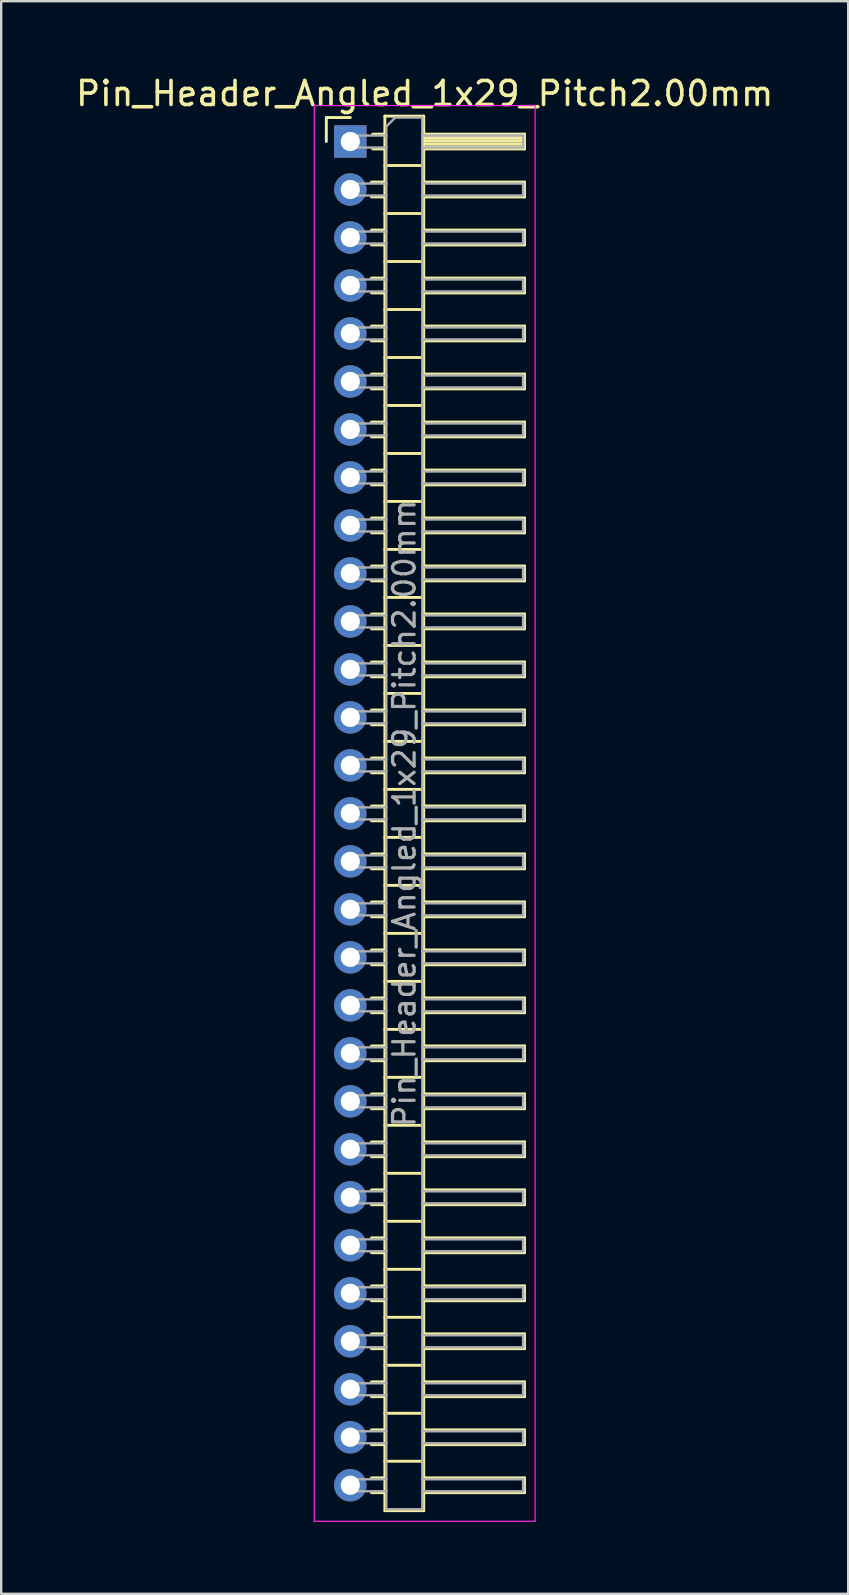
<source format=kicad_pcb>
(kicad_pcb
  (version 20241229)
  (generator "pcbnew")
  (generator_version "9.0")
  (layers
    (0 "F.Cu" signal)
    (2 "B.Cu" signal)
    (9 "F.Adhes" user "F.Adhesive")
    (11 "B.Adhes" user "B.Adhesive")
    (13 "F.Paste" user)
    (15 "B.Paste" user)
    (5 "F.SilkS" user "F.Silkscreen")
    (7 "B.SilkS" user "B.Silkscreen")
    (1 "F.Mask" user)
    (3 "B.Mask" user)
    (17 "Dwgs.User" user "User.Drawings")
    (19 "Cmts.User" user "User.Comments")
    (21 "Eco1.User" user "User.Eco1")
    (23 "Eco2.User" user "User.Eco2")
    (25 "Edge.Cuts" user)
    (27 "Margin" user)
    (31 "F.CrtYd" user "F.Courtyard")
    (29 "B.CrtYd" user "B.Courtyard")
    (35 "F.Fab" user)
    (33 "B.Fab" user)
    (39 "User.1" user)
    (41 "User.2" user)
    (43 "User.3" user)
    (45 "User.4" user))
  (footprint "Pin_Header_Angled_1x29_Pitch2.00mm"
    (layer "F.Cu")
    (at 11.549 2.848)
    (property "Reference" "Pin_Header_Angled_1x29_Pitch2.00mm" (at 3.1 -2 0) (layer "F.SilkS") (effects (font (size 1 1) (thickness 0.15))))
    (attr through_hole)
    (fp_line (start -1 -1) (end 0 -1) (stroke (width 0.12) (type solid)) (layer "F.SilkS"))
    (fp_line (start -1 0) (end -1 -1) (stroke (width 0.12) (type solid)) (layer "F.SilkS"))
    (fp_line (start 0.882 1.69) (end 1.44 1.69) (stroke (width 0.12) (type solid)) (layer "F.SilkS"))
    (fp_line (start 0.882 2.31) (end 1.44 2.31) (stroke (width 0.12) (type solid)) (layer "F.SilkS"))
    (fp_line (start 0.882 3.69) (end 1.44 3.69) (stroke (width 0.12) (type solid)) (layer "F.SilkS"))
    (fp_line (start 0.882 4.31) (end 1.44 4.31) (stroke (width 0.12) (type solid)) (layer "F.SilkS"))
    (fp_line (start 0.882 5.69) (end 1.44 5.69) (stroke (width 0.12) (type solid)) (layer "F.SilkS"))
    (fp_line (start 0.882 6.31) (end 1.44 6.31) (stroke (width 0.12) (type solid)) (layer "F.SilkS"))
    (fp_line (start 0.882 7.69) (end 1.44 7.69) (stroke (width 0.12) (type solid)) (layer "F.SilkS"))
    (fp_line (start 0.882 8.31) (end 1.44 8.31) (stroke (width 0.12) (type solid)) (layer "F.SilkS"))
    (fp_line (start 0.882 9.69) (end 1.44 9.69) (stroke (width 0.12) (type solid)) (layer "F.SilkS"))
    (fp_line (start 0.882 10.31) (end 1.44 10.31) (stroke (width 0.12) (type solid)) (layer "F.SilkS"))
    (fp_line (start 0.882 11.69) (end 1.44 11.69) (stroke (width 0.12) (type solid)) (layer "F.SilkS"))
    (fp_line (start 0.882 12.31) (end 1.44 12.31) (stroke (width 0.12) (type solid)) (layer "F.SilkS"))
    (fp_line (start 0.882 13.69) (end 1.44 13.69) (stroke (width 0.12) (type solid)) (layer "F.SilkS"))
    (fp_line (start 0.882 14.31) (end 1.44 14.31) (stroke (width 0.12) (type solid)) (layer "F.SilkS"))
    (fp_line (start 0.882 15.69) (end 1.44 15.69) (stroke (width 0.12) (type solid)) (layer "F.SilkS"))
    (fp_line (start 0.882 16.31) (end 1.44 16.31) (stroke (width 0.12) (type solid)) (layer "F.SilkS"))
    (fp_line (start 0.882 17.69) (end 1.44 17.69) (stroke (width 0.12) (type solid)) (layer "F.SilkS"))
    (fp_line (start 0.882 18.31) (end 1.44 18.31) (stroke (width 0.12) (type solid)) (layer "F.SilkS"))
    (fp_line (start 0.882 19.69) (end 1.44 19.69) (stroke (width 0.12) (type solid)) (layer "F.SilkS"))
    (fp_line (start 0.882 20.31) (end 1.44 20.31) (stroke (width 0.12) (type solid)) (layer "F.SilkS"))
    (fp_line (start 0.882 21.69) (end 1.44 21.69) (stroke (width 0.12) (type solid)) (layer "F.SilkS"))
    (fp_line (start 0.882 22.31) (end 1.44 22.31) (stroke (width 0.12) (type solid)) (layer "F.SilkS"))
    (fp_line (start 0.882 23.69) (end 1.44 23.69) (stroke (width 0.12) (type solid)) (layer "F.SilkS"))
    (fp_line (start 0.882 24.31) (end 1.44 24.31) (stroke (width 0.12) (type solid)) (layer "F.SilkS"))
    (fp_line (start 0.882 25.69) (end 1.44 25.69) (stroke (width 0.12) (type solid)) (layer "F.SilkS"))
    (fp_line (start 0.882 26.31) (end 1.44 26.31) (stroke (width 0.12) (type solid)) (layer "F.SilkS"))
    (fp_line (start 0.882 27.69) (end 1.44 27.69) (stroke (width 0.12) (type solid)) (layer "F.SilkS"))
    (fp_line (start 0.882 28.31) (end 1.44 28.31) (stroke (width 0.12) (type solid)) (layer "F.SilkS"))
    (fp_line (start 0.882 29.69) (end 1.44 29.69) (stroke (width 0.12) (type solid)) (layer "F.SilkS"))
    (fp_line (start 0.882 30.31) (end 1.44 30.31) (stroke (width 0.12) (type solid)) (layer "F.SilkS"))
    (fp_line (start 0.882 31.69) (end 1.44 31.69) (stroke (width 0.12) (type solid)) (layer "F.SilkS"))
    (fp_line (start 0.882 32.31) (end 1.44 32.31) (stroke (width 0.12) (type solid)) (layer "F.SilkS"))
    (fp_line (start 0.882 33.69) (end 1.44 33.69) (stroke (width 0.12) (type solid)) (layer "F.SilkS"))
    (fp_line (start 0.882 34.31) (end 1.44 34.31) (stroke (width 0.12) (type solid)) (layer "F.SilkS"))
    (fp_line (start 0.882 35.69) (end 1.44 35.69) (stroke (width 0.12) (type solid)) (layer "F.SilkS"))
    (fp_line (start 0.882 36.31) (end 1.44 36.31) (stroke (width 0.12) (type solid)) (layer "F.SilkS"))
    (fp_line (start 0.882 37.69) (end 1.44 37.69) (stroke (width 0.12) (type solid)) (layer "F.SilkS"))
    (fp_line (start 0.882 38.31) (end 1.44 38.31) (stroke (width 0.12) (type solid)) (layer "F.SilkS"))
    (fp_line (start 0.882 39.69) (end 1.44 39.69) (stroke (width 0.12) (type solid)) (layer "F.SilkS"))
    (fp_line (start 0.882 40.31) (end 1.44 40.31) (stroke (width 0.12) (type solid)) (layer "F.SilkS"))
    (fp_line (start 0.882 41.69) (end 1.44 41.69) (stroke (width 0.12) (type solid)) (layer "F.SilkS"))
    (fp_line (start 0.882 42.31) (end 1.44 42.31) (stroke (width 0.12) (type solid)) (layer "F.SilkS"))
    (fp_line (start 0.882 43.69) (end 1.44 43.69) (stroke (width 0.12) (type solid)) (layer "F.SilkS"))
    (fp_line (start 0.882 44.31) (end 1.44 44.31) (stroke (width 0.12) (type solid)) (layer "F.SilkS"))
    (fp_line (start 0.882 45.69) (end 1.44 45.69) (stroke (width 0.12) (type solid)) (layer "F.SilkS"))
    (fp_line (start 0.882 46.31) (end 1.44 46.31) (stroke (width 0.12) (type solid)) (layer "F.SilkS"))
    (fp_line (start 0.882 47.69) (end 1.44 47.69) (stroke (width 0.12) (type solid)) (layer "F.SilkS"))
    (fp_line (start 0.882 48.31) (end 1.44 48.31) (stroke (width 0.12) (type solid)) (layer "F.SilkS"))
    (fp_line (start 0.882 49.69) (end 1.44 49.69) (stroke (width 0.12) (type solid)) (layer "F.SilkS"))
    (fp_line (start 0.882 50.31) (end 1.44 50.31) (stroke (width 0.12) (type solid)) (layer "F.SilkS"))
    (fp_line (start 0.882 51.69) (end 1.44 51.69) (stroke (width 0.12) (type solid)) (layer "F.SilkS"))
    (fp_line (start 0.882 52.31) (end 1.44 52.31) (stroke (width 0.12) (type solid)) (layer "F.SilkS"))
    (fp_line (start 0.882 53.69) (end 1.44 53.69) (stroke (width 0.12) (type solid)) (layer "F.SilkS"))
    (fp_line (start 0.882 54.31) (end 1.44 54.31) (stroke (width 0.12) (type solid)) (layer "F.SilkS"))
    (fp_line (start 0.882 55.69) (end 1.44 55.69) (stroke (width 0.12) (type solid)) (layer "F.SilkS"))
    (fp_line (start 0.882 56.31) (end 1.44 56.31) (stroke (width 0.12) (type solid)) (layer "F.SilkS"))
    (fp_line (start 0.935 -0.31) (end 1.44 -0.31) (stroke (width 0.12) (type solid)) (layer "F.SilkS"))
    (fp_line (start 0.935 0.31) (end 1.44 0.31) (stroke (width 0.12) (type solid)) (layer "F.SilkS"))
    (fp_line (start 1.44 -1.06) (end 1.44 57.06) (stroke (width 0.12) (type solid)) (layer "F.SilkS"))
    (fp_line (start 1.44 1) (end 3.06 1) (stroke (width 0.12) (type solid)) (layer "F.SilkS"))
    (fp_line (start 1.44 3) (end 3.06 3) (stroke (width 0.12) (type solid)) (layer "F.SilkS"))
    (fp_line (start 1.44 5) (end 3.06 5) (stroke (width 0.12) (type solid)) (layer "F.SilkS"))
    (fp_line (start 1.44 7) (end 3.06 7) (stroke (width 0.12) (type solid)) (layer "F.SilkS"))
    (fp_line (start 1.44 9) (end 3.06 9) (stroke (width 0.12) (type solid)) (layer "F.SilkS"))
    (fp_line (start 1.44 11) (end 3.06 11) (stroke (width 0.12) (type solid)) (layer "F.SilkS"))
    (fp_line (start 1.44 13) (end 3.06 13) (stroke (width 0.12) (type solid)) (layer "F.SilkS"))
    (fp_line (start 1.44 15) (end 3.06 15) (stroke (width 0.12) (type solid)) (layer "F.SilkS"))
    (fp_line (start 1.44 17) (end 3.06 17) (stroke (width 0.12) (type solid)) (layer "F.SilkS"))
    (fp_line (start 1.44 19) (end 3.06 19) (stroke (width 0.12) (type solid)) (layer "F.SilkS"))
    (fp_line (start 1.44 21) (end 3.06 21) (stroke (width 0.12) (type solid)) (layer "F.SilkS"))
    (fp_line (start 1.44 23) (end 3.06 23) (stroke (width 0.12) (type solid)) (layer "F.SilkS"))
    (fp_line (start 1.44 25) (end 3.06 25) (stroke (width 0.12) (type solid)) (layer "F.SilkS"))
    (fp_line (start 1.44 27) (end 3.06 27) (stroke (width 0.12) (type solid)) (layer "F.SilkS"))
    (fp_line (start 1.44 29) (end 3.06 29) (stroke (width 0.12) (type solid)) (layer "F.SilkS"))
    (fp_line (start 1.44 31) (end 3.06 31) (stroke (width 0.12) (type solid)) (layer "F.SilkS"))
    (fp_line (start 1.44 33) (end 3.06 33) (stroke (width 0.12) (type solid)) (layer "F.SilkS"))
    (fp_line (start 1.44 35) (end 3.06 35) (stroke (width 0.12) (type solid)) (layer "F.SilkS"))
    (fp_line (start 1.44 37) (end 3.06 37) (stroke (width 0.12) (type solid)) (layer "F.SilkS"))
    (fp_line (start 1.44 39) (end 3.06 39) (stroke (width 0.12) (type solid)) (layer "F.SilkS"))
    (fp_line (start 1.44 41) (end 3.06 41) (stroke (width 0.12) (type solid)) (layer "F.SilkS"))
    (fp_line (start 1.44 43) (end 3.06 43) (stroke (width 0.12) (type solid)) (layer "F.SilkS"))
    (fp_line (start 1.44 45) (end 3.06 45) (stroke (width 0.12) (type solid)) (layer "F.SilkS"))
    (fp_line (start 1.44 47) (end 3.06 47) (stroke (width 0.12) (type solid)) (layer "F.SilkS"))
    (fp_line (start 1.44 49) (end 3.06 49) (stroke (width 0.12) (type solid)) (layer "F.SilkS"))
    (fp_line (start 1.44 51) (end 3.06 51) (stroke (width 0.12) (type solid)) (layer "F.SilkS"))
    (fp_line (start 1.44 53) (end 3.06 53) (stroke (width 0.12) (type solid)) (layer "F.SilkS"))
    (fp_line (start 1.44 55) (end 3.06 55) (stroke (width 0.12) (type solid)) (layer "F.SilkS"))
    (fp_line (start 1.44 57.06) (end 3.06 57.06) (stroke (width 0.12) (type solid)) (layer "F.SilkS"))
    (fp_line (start 3.06 -1.06) (end 1.44 -1.06) (stroke (width 0.12) (type solid)) (layer "F.SilkS"))
    (fp_line (start 3.06 -0.31) (end 7.26 -0.31) (stroke (width 0.12) (type solid)) (layer "F.SilkS"))
    (fp_line (start 3.06 -0.25) (end 7.26 -0.25) (stroke (width 0.12) (type solid)) (layer "F.SilkS"))
    (fp_line (start 3.06 -0.13) (end 7.26 -0.13) (stroke (width 0.12) (type solid)) (layer "F.SilkS"))
    (fp_line (start 3.06 -0.01) (end 7.26 -0.01) (stroke (width 0.12) (type solid)) (layer "F.SilkS"))
    (fp_line (start 3.06 0.11) (end 7.26 0.11) (stroke (width 0.12) (type solid)) (layer "F.SilkS"))
    (fp_line (start 3.06 0.23) (end 7.26 0.23) (stroke (width 0.12) (type solid)) (layer "F.SilkS"))
    (fp_line (start 3.06 1.69) (end 7.26 1.69) (stroke (width 0.12) (type solid)) (layer "F.SilkS"))
    (fp_line (start 3.06 3.69) (end 7.26 3.69) (stroke (width 0.12) (type solid)) (layer "F.SilkS"))
    (fp_line (start 3.06 5.69) (end 7.26 5.69) (stroke (width 0.12) (type solid)) (layer "F.SilkS"))
    (fp_line (start 3.06 7.69) (end 7.26 7.69) (stroke (width 0.12) (type solid)) (layer "F.SilkS"))
    (fp_line (start 3.06 9.69) (end 7.26 9.69) (stroke (width 0.12) (type solid)) (layer "F.SilkS"))
    (fp_line (start 3.06 11.69) (end 7.26 11.69) (stroke (width 0.12) (type solid)) (layer "F.SilkS"))
    (fp_line (start 3.06 13.69) (end 7.26 13.69) (stroke (width 0.12) (type solid)) (layer "F.SilkS"))
    (fp_line (start 3.06 15.69) (end 7.26 15.69) (stroke (width 0.12) (type solid)) (layer "F.SilkS"))
    (fp_line (start 3.06 17.69) (end 7.26 17.69) (stroke (width 0.12) (type solid)) (layer "F.SilkS"))
    (fp_line (start 3.06 19.69) (end 7.26 19.69) (stroke (width 0.12) (type solid)) (layer "F.SilkS"))
    (fp_line (start 3.06 21.69) (end 7.26 21.69) (stroke (width 0.12) (type solid)) (layer "F.SilkS"))
    (fp_line (start 3.06 23.69) (end 7.26 23.69) (stroke (width 0.12) (type solid)) (layer "F.SilkS"))
    (fp_line (start 3.06 25.69) (end 7.26 25.69) (stroke (width 0.12) (type solid)) (layer "F.SilkS"))
    (fp_line (start 3.06 27.69) (end 7.26 27.69) (stroke (width 0.12) (type solid)) (layer "F.SilkS"))
    (fp_line (start 3.06 29.69) (end 7.26 29.69) (stroke (width 0.12) (type solid)) (layer "F.SilkS"))
    (fp_line (start 3.06 31.69) (end 7.26 31.69) (stroke (width 0.12) (type solid)) (layer "F.SilkS"))
    (fp_line (start 3.06 33.69) (end 7.26 33.69) (stroke (width 0.12) (type solid)) (layer "F.SilkS"))
    (fp_line (start 3.06 35.69) (end 7.26 35.69) (stroke (width 0.12) (type solid)) (layer "F.SilkS"))
    (fp_line (start 3.06 37.69) (end 7.26 37.69) (stroke (width 0.12) (type solid)) (layer "F.SilkS"))
    (fp_line (start 3.06 39.69) (end 7.26 39.69) (stroke (width 0.12) (type solid)) (layer "F.SilkS"))
    (fp_line (start 3.06 41.69) (end 7.26 41.69) (stroke (width 0.12) (type solid)) (layer "F.SilkS"))
    (fp_line (start 3.06 43.69) (end 7.26 43.69) (stroke (width 0.12) (type solid)) (layer "F.SilkS"))
    (fp_line (start 3.06 45.69) (end 7.26 45.69) (stroke (width 0.12) (type solid)) (layer "F.SilkS"))
    (fp_line (start 3.06 47.69) (end 7.26 47.69) (stroke (width 0.12) (type solid)) (layer "F.SilkS"))
    (fp_line (start 3.06 49.69) (end 7.26 49.69) (stroke (width 0.12) (type solid)) (layer "F.SilkS"))
    (fp_line (start 3.06 51.69) (end 7.26 51.69) (stroke (width 0.12) (type solid)) (layer "F.SilkS"))
    (fp_line (start 3.06 53.69) (end 7.26 53.69) (stroke (width 0.12) (type solid)) (layer "F.SilkS"))
    (fp_line (start 3.06 55.69) (end 7.26 55.69) (stroke (width 0.12) (type solid)) (layer "F.SilkS"))
    (fp_line (start 3.06 57.06) (end 3.06 -1.06) (stroke (width 0.12) (type solid)) (layer "F.SilkS"))
    (fp_line (start 7.26 -0.31) (end 7.26 0.31) (stroke (width 0.12) (type solid)) (layer "F.SilkS"))
    (fp_line (start 7.26 0.31) (end 3.06 0.31) (stroke (width 0.12) (type solid)) (layer "F.SilkS"))
    (fp_line (start 7.26 1.69) (end 7.26 2.31) (stroke (width 0.12) (type solid)) (layer "F.SilkS"))
    (fp_line (start 7.26 2.31) (end 3.06 2.31) (stroke (width 0.12) (type solid)) (layer "F.SilkS"))
    (fp_line (start 7.26 3.69) (end 7.26 4.31) (stroke (width 0.12) (type solid)) (layer "F.SilkS"))
    (fp_line (start 7.26 4.31) (end 3.06 4.31) (stroke (width 0.12) (type solid)) (layer "F.SilkS"))
    (fp_line (start 7.26 5.69) (end 7.26 6.31) (stroke (width 0.12) (type solid)) (layer "F.SilkS"))
    (fp_line (start 7.26 6.31) (end 3.06 6.31) (stroke (width 0.12) (type solid)) (layer "F.SilkS"))
    (fp_line (start 7.26 7.69) (end 7.26 8.31) (stroke (width 0.12) (type solid)) (layer "F.SilkS"))
    (fp_line (start 7.26 8.31) (end 3.06 8.31) (stroke (width 0.12) (type solid)) (layer "F.SilkS"))
    (fp_line (start 7.26 9.69) (end 7.26 10.31) (stroke (width 0.12) (type solid)) (layer "F.SilkS"))
    (fp_line (start 7.26 10.31) (end 3.06 10.31) (stroke (width 0.12) (type solid)) (layer "F.SilkS"))
    (fp_line (start 7.26 11.69) (end 7.26 12.31) (stroke (width 0.12) (type solid)) (layer "F.SilkS"))
    (fp_line (start 7.26 12.31) (end 3.06 12.31) (stroke (width 0.12) (type solid)) (layer "F.SilkS"))
    (fp_line (start 7.26 13.69) (end 7.26 14.31) (stroke (width 0.12) (type solid)) (layer "F.SilkS"))
    (fp_line (start 7.26 14.31) (end 3.06 14.31) (stroke (width 0.12) (type solid)) (layer "F.SilkS"))
    (fp_line (start 7.26 15.69) (end 7.26 16.31) (stroke (width 0.12) (type solid)) (layer "F.SilkS"))
    (fp_line (start 7.26 16.31) (end 3.06 16.31) (stroke (width 0.12) (type solid)) (layer "F.SilkS"))
    (fp_line (start 7.26 17.69) (end 7.26 18.31) (stroke (width 0.12) (type solid)) (layer "F.SilkS"))
    (fp_line (start 7.26 18.31) (end 3.06 18.31) (stroke (width 0.12) (type solid)) (layer "F.SilkS"))
    (fp_line (start 7.26 19.69) (end 7.26 20.31) (stroke (width 0.12) (type solid)) (layer "F.SilkS"))
    (fp_line (start 7.26 20.31) (end 3.06 20.31) (stroke (width 0.12) (type solid)) (layer "F.SilkS"))
    (fp_line (start 7.26 21.69) (end 7.26 22.31) (stroke (width 0.12) (type solid)) (layer "F.SilkS"))
    (fp_line (start 7.26 22.31) (end 3.06 22.31) (stroke (width 0.12) (type solid)) (layer "F.SilkS"))
    (fp_line (start 7.26 23.69) (end 7.26 24.31) (stroke (width 0.12) (type solid)) (layer "F.SilkS"))
    (fp_line (start 7.26 24.31) (end 3.06 24.31) (stroke (width 0.12) (type solid)) (layer "F.SilkS"))
    (fp_line (start 7.26 25.69) (end 7.26 26.31) (stroke (width 0.12) (type solid)) (layer "F.SilkS"))
    (fp_line (start 7.26 26.31) (end 3.06 26.31) (stroke (width 0.12) (type solid)) (layer "F.SilkS"))
    (fp_line (start 7.26 27.69) (end 7.26 28.31) (stroke (width 0.12) (type solid)) (layer "F.SilkS"))
    (fp_line (start 7.26 28.31) (end 3.06 28.31) (stroke (width 0.12) (type solid)) (layer "F.SilkS"))
    (fp_line (start 7.26 29.69) (end 7.26 30.31) (stroke (width 0.12) (type solid)) (layer "F.SilkS"))
    (fp_line (start 7.26 30.31) (end 3.06 30.31) (stroke (width 0.12) (type solid)) (layer "F.SilkS"))
    (fp_line (start 7.26 31.69) (end 7.26 32.31) (stroke (width 0.12) (type solid)) (layer "F.SilkS"))
    (fp_line (start 7.26 32.31) (end 3.06 32.31) (stroke (width 0.12) (type solid)) (layer "F.SilkS"))
    (fp_line (start 7.26 33.69) (end 7.26 34.31) (stroke (width 0.12) (type solid)) (layer "F.SilkS"))
    (fp_line (start 7.26 34.31) (end 3.06 34.31) (stroke (width 0.12) (type solid)) (layer "F.SilkS"))
    (fp_line (start 7.26 35.69) (end 7.26 36.31) (stroke (width 0.12) (type solid)) (layer "F.SilkS"))
    (fp_line (start 7.26 36.31) (end 3.06 36.31) (stroke (width 0.12) (type solid)) (layer "F.SilkS"))
    (fp_line (start 7.26 37.69) (end 7.26 38.31) (stroke (width 0.12) (type solid)) (layer "F.SilkS"))
    (fp_line (start 7.26 38.31) (end 3.06 38.31) (stroke (width 0.12) (type solid)) (layer "F.SilkS"))
    (fp_line (start 7.26 39.69) (end 7.26 40.31) (stroke (width 0.12) (type solid)) (layer "F.SilkS"))
    (fp_line (start 7.26 40.31) (end 3.06 40.31) (stroke (width 0.12) (type solid)) (layer "F.SilkS"))
    (fp_line (start 7.26 41.69) (end 7.26 42.31) (stroke (width 0.12) (type solid)) (layer "F.SilkS"))
    (fp_line (start 7.26 42.31) (end 3.06 42.31) (stroke (width 0.12) (type solid)) (layer "F.SilkS"))
    (fp_line (start 7.26 43.69) (end 7.26 44.31) (stroke (width 0.12) (type solid)) (layer "F.SilkS"))
    (fp_line (start 7.26 44.31) (end 3.06 44.31) (stroke (width 0.12) (type solid)) (layer "F.SilkS"))
    (fp_line (start 7.26 45.69) (end 7.26 46.31) (stroke (width 0.12) (type solid)) (layer "F.SilkS"))
    (fp_line (start 7.26 46.31) (end 3.06 46.31) (stroke (width 0.12) (type solid)) (layer "F.SilkS"))
    (fp_line (start 7.26 47.69) (end 7.26 48.31) (stroke (width 0.12) (type solid)) (layer "F.SilkS"))
    (fp_line (start 7.26 48.31) (end 3.06 48.31) (stroke (width 0.12) (type solid)) (layer "F.SilkS"))
    (fp_line (start 7.26 49.69) (end 7.26 50.31) (stroke (width 0.12) (type solid)) (layer "F.SilkS"))
    (fp_line (start 7.26 50.31) (end 3.06 50.31) (stroke (width 0.12) (type solid)) (layer "F.SilkS"))
    (fp_line (start 7.26 51.69) (end 7.26 52.31) (stroke (width 0.12) (type solid)) (layer "F.SilkS"))
    (fp_line (start 7.26 52.31) (end 3.06 52.31) (stroke (width 0.12) (type solid)) (layer "F.SilkS"))
    (fp_line (start 7.26 53.69) (end 7.26 54.31) (stroke (width 0.12) (type solid)) (layer "F.SilkS"))
    (fp_line (start 7.26 54.31) (end 3.06 54.31) (stroke (width 0.12) (type solid)) (layer "F.SilkS"))
    (fp_line (start 7.26 55.69) (end 7.26 56.31) (stroke (width 0.12) (type solid)) (layer "F.SilkS"))
    (fp_line (start 7.26 56.31) (end 3.06 56.31) (stroke (width 0.12) (type solid)) (layer "F.SilkS"))
    (fp_line (start -1.5 -1.5) (end -1.5 57.5) (stroke (width 0.05) (type solid)) (layer "F.CrtYd"))
    (fp_line (start -1.5 57.5) (end 7.7 57.5) (stroke (width 0.05) (type solid)) (layer "F.CrtYd"))
    (fp_line (start 7.7 -1.5) (end -1.5 -1.5) (stroke (width 0.05) (type solid)) (layer "F.CrtYd"))
    (fp_line (start 7.7 57.5) (end 7.7 -1.5) (stroke (width 0.05) (type solid)) (layer "F.CrtYd"))
    (fp_line (start -0.25 -0.25) (end -0.25 0.25) (stroke (width 0.1) (type solid)) (layer "F.Fab"))
    (fp_line (start -0.25 -0.25) (end 1.5 -0.25) (stroke (width 0.1) (type solid)) (layer "F.Fab"))
    (fp_line (start -0.25 0.25) (end 1.5 0.25) (stroke (width 0.1) (type solid)) (layer "F.Fab"))
    (fp_line (start -0.25 1.75) (end -0.25 2.25) (stroke (width 0.1) (type solid)) (layer "F.Fab"))
    (fp_line (start -0.25 1.75) (end 1.5 1.75) (stroke (width 0.1) (type solid)) (layer "F.Fab"))
    (fp_line (start -0.25 2.25) (end 1.5 2.25) (stroke (width 0.1) (type solid)) (layer "F.Fab"))
    (fp_line (start -0.25 3.75) (end -0.25 4.25) (stroke (width 0.1) (type solid)) (layer "F.Fab"))
    (fp_line (start -0.25 3.75) (end 1.5 3.75) (stroke (width 0.1) (type solid)) (layer "F.Fab"))
    (fp_line (start -0.25 4.25) (end 1.5 4.25) (stroke (width 0.1) (type solid)) (layer "F.Fab"))
    (fp_line (start -0.25 5.75) (end -0.25 6.25) (stroke (width 0.1) (type solid)) (layer "F.Fab"))
    (fp_line (start -0.25 5.75) (end 1.5 5.75) (stroke (width 0.1) (type solid)) (layer "F.Fab"))
    (fp_line (start -0.25 6.25) (end 1.5 6.25) (stroke (width 0.1) (type solid)) (layer "F.Fab"))
    (fp_line (start -0.25 7.75) (end -0.25 8.25) (stroke (width 0.1) (type solid)) (layer "F.Fab"))
    (fp_line (start -0.25 7.75) (end 1.5 7.75) (stroke (width 0.1) (type solid)) (layer "F.Fab"))
    (fp_line (start -0.25 8.25) (end 1.5 8.25) (stroke (width 0.1) (type solid)) (layer "F.Fab"))
    (fp_line (start -0.25 9.75) (end -0.25 10.25) (stroke (width 0.1) (type solid)) (layer "F.Fab"))
    (fp_line (start -0.25 9.75) (end 1.5 9.75) (stroke (width 0.1) (type solid)) (layer "F.Fab"))
    (fp_line (start -0.25 10.25) (end 1.5 10.25) (stroke (width 0.1) (type solid)) (layer "F.Fab"))
    (fp_line (start -0.25 11.75) (end -0.25 12.25) (stroke (width 0.1) (type solid)) (layer "F.Fab"))
    (fp_line (start -0.25 11.75) (end 1.5 11.75) (stroke (width 0.1) (type solid)) (layer "F.Fab"))
    (fp_line (start -0.25 12.25) (end 1.5 12.25) (stroke (width 0.1) (type solid)) (layer "F.Fab"))
    (fp_line (start -0.25 13.75) (end -0.25 14.25) (stroke (width 0.1) (type solid)) (layer "F.Fab"))
    (fp_line (start -0.25 13.75) (end 1.5 13.75) (stroke (width 0.1) (type solid)) (layer "F.Fab"))
    (fp_line (start -0.25 14.25) (end 1.5 14.25) (stroke (width 0.1) (type solid)) (layer "F.Fab"))
    (fp_line (start -0.25 15.75) (end -0.25 16.25) (stroke (width 0.1) (type solid)) (layer "F.Fab"))
    (fp_line (start -0.25 15.75) (end 1.5 15.75) (stroke (width 0.1) (type solid)) (layer "F.Fab"))
    (fp_line (start -0.25 16.25) (end 1.5 16.25) (stroke (width 0.1) (type solid)) (layer "F.Fab"))
    (fp_line (start -0.25 17.75) (end -0.25 18.25) (stroke (width 0.1) (type solid)) (layer "F.Fab"))
    (fp_line (start -0.25 17.75) (end 1.5 17.75) (stroke (width 0.1) (type solid)) (layer "F.Fab"))
    (fp_line (start -0.25 18.25) (end 1.5 18.25) (stroke (width 0.1) (type solid)) (layer "F.Fab"))
    (fp_line (start -0.25 19.75) (end -0.25 20.25) (stroke (width 0.1) (type solid)) (layer "F.Fab"))
    (fp_line (start -0.25 19.75) (end 1.5 19.75) (stroke (width 0.1) (type solid)) (layer "F.Fab"))
    (fp_line (start -0.25 20.25) (end 1.5 20.25) (stroke (width 0.1) (type solid)) (layer "F.Fab"))
    (fp_line (start -0.25 21.75) (end -0.25 22.25) (stroke (width 0.1) (type solid)) (layer "F.Fab"))
    (fp_line (start -0.25 21.75) (end 1.5 21.75) (stroke (width 0.1) (type solid)) (layer "F.Fab"))
    (fp_line (start -0.25 22.25) (end 1.5 22.25) (stroke (width 0.1) (type solid)) (layer "F.Fab"))
    (fp_line (start -0.25 23.75) (end -0.25 24.25) (stroke (width 0.1) (type solid)) (layer "F.Fab"))
    (fp_line (start -0.25 23.75) (end 1.5 23.75) (stroke (width 0.1) (type solid)) (layer "F.Fab"))
    (fp_line (start -0.25 24.25) (end 1.5 24.25) (stroke (width 0.1) (type solid)) (layer "F.Fab"))
    (fp_line (start -0.25 25.75) (end -0.25 26.25) (stroke (width 0.1) (type solid)) (layer "F.Fab"))
    (fp_line (start -0.25 25.75) (end 1.5 25.75) (stroke (width 0.1) (type solid)) (layer "F.Fab"))
    (fp_line (start -0.25 26.25) (end 1.5 26.25) (stroke (width 0.1) (type solid)) (layer "F.Fab"))
    (fp_line (start -0.25 27.75) (end -0.25 28.25) (stroke (width 0.1) (type solid)) (layer "F.Fab"))
    (fp_line (start -0.25 27.75) (end 1.5 27.75) (stroke (width 0.1) (type solid)) (layer "F.Fab"))
    (fp_line (start -0.25 28.25) (end 1.5 28.25) (stroke (width 0.1) (type solid)) (layer "F.Fab"))
    (fp_line (start -0.25 29.75) (end -0.25 30.25) (stroke (width 0.1) (type solid)) (layer "F.Fab"))
    (fp_line (start -0.25 29.75) (end 1.5 29.75) (stroke (width 0.1) (type solid)) (layer "F.Fab"))
    (fp_line (start -0.25 30.25) (end 1.5 30.25) (stroke (width 0.1) (type solid)) (layer "F.Fab"))
    (fp_line (start -0.25 31.75) (end -0.25 32.25) (stroke (width 0.1) (type solid)) (layer "F.Fab"))
    (fp_line (start -0.25 31.75) (end 1.5 31.75) (stroke (width 0.1) (type solid)) (layer "F.Fab"))
    (fp_line (start -0.25 32.25) (end 1.5 32.25) (stroke (width 0.1) (type solid)) (layer "F.Fab"))
    (fp_line (start -0.25 33.75) (end -0.25 34.25) (stroke (width 0.1) (type solid)) (layer "F.Fab"))
    (fp_line (start -0.25 33.75) (end 1.5 33.75) (stroke (width 0.1) (type solid)) (layer "F.Fab"))
    (fp_line (start -0.25 34.25) (end 1.5 34.25) (stroke (width 0.1) (type solid)) (layer "F.Fab"))
    (fp_line (start -0.25 35.75) (end -0.25 36.25) (stroke (width 0.1) (type solid)) (layer "F.Fab"))
    (fp_line (start -0.25 35.75) (end 1.5 35.75) (stroke (width 0.1) (type solid)) (layer "F.Fab"))
    (fp_line (start -0.25 36.25) (end 1.5 36.25) (stroke (width 0.1) (type solid)) (layer "F.Fab"))
    (fp_line (start -0.25 37.75) (end -0.25 38.25) (stroke (width 0.1) (type solid)) (layer "F.Fab"))
    (fp_line (start -0.25 37.75) (end 1.5 37.75) (stroke (width 0.1) (type solid)) (layer "F.Fab"))
    (fp_line (start -0.25 38.25) (end 1.5 38.25) (stroke (width 0.1) (type solid)) (layer "F.Fab"))
    (fp_line (start -0.25 39.75) (end -0.25 40.25) (stroke (width 0.1) (type solid)) (layer "F.Fab"))
    (fp_line (start -0.25 39.75) (end 1.5 39.75) (stroke (width 0.1) (type solid)) (layer "F.Fab"))
    (fp_line (start -0.25 40.25) (end 1.5 40.25) (stroke (width 0.1) (type solid)) (layer "F.Fab"))
    (fp_line (start -0.25 41.75) (end -0.25 42.25) (stroke (width 0.1) (type solid)) (layer "F.Fab"))
    (fp_line (start -0.25 41.75) (end 1.5 41.75) (stroke (width 0.1) (type solid)) (layer "F.Fab"))
    (fp_line (start -0.25 42.25) (end 1.5 42.25) (stroke (width 0.1) (type solid)) (layer "F.Fab"))
    (fp_line (start -0.25 43.75) (end -0.25 44.25) (stroke (width 0.1) (type solid)) (layer "F.Fab"))
    (fp_line (start -0.25 43.75) (end 1.5 43.75) (stroke (width 0.1) (type solid)) (layer "F.Fab"))
    (fp_line (start -0.25 44.25) (end 1.5 44.25) (stroke (width 0.1) (type solid)) (layer "F.Fab"))
    (fp_line (start -0.25 45.75) (end -0.25 46.25) (stroke (width 0.1) (type solid)) (layer "F.Fab"))
    (fp_line (start -0.25 45.75) (end 1.5 45.75) (stroke (width 0.1) (type solid)) (layer "F.Fab"))
    (fp_line (start -0.25 46.25) (end 1.5 46.25) (stroke (width 0.1) (type solid)) (layer "F.Fab"))
    (fp_line (start -0.25 47.75) (end -0.25 48.25) (stroke (width 0.1) (type solid)) (layer "F.Fab"))
    (fp_line (start -0.25 47.75) (end 1.5 47.75) (stroke (width 0.1) (type solid)) (layer "F.Fab"))
    (fp_line (start -0.25 48.25) (end 1.5 48.25) (stroke (width 0.1) (type solid)) (layer "F.Fab"))
    (fp_line (start -0.25 49.75) (end -0.25 50.25) (stroke (width 0.1) (type solid)) (layer "F.Fab"))
    (fp_line (start -0.25 49.75) (end 1.5 49.75) (stroke (width 0.1) (type solid)) (layer "F.Fab"))
    (fp_line (start -0.25 50.25) (end 1.5 50.25) (stroke (width 0.1) (type solid)) (layer "F.Fab"))
    (fp_line (start -0.25 51.75) (end -0.25 52.25) (stroke (width 0.1) (type solid)) (layer "F.Fab"))
    (fp_line (start -0.25 51.75) (end 1.5 51.75) (stroke (width 0.1) (type solid)) (layer "F.Fab"))
    (fp_line (start -0.25 52.25) (end 1.5 52.25) (stroke (width 0.1) (type solid)) (layer "F.Fab"))
    (fp_line (start -0.25 53.75) (end -0.25 54.25) (stroke (width 0.1) (type solid)) (layer "F.Fab"))
    (fp_line (start -0.25 53.75) (end 1.5 53.75) (stroke (width 0.1) (type solid)) (layer "F.Fab"))
    (fp_line (start -0.25 54.25) (end 1.5 54.25) (stroke (width 0.1) (type solid)) (layer "F.Fab"))
    (fp_line (start -0.25 55.75) (end -0.25 56.25) (stroke (width 0.1) (type solid)) (layer "F.Fab"))
    (fp_line (start -0.25 55.75) (end 1.5 55.75) (stroke (width 0.1) (type solid)) (layer "F.Fab"))
    (fp_line (start -0.25 56.25) (end 1.5 56.25) (stroke (width 0.1) (type solid)) (layer "F.Fab"))
    (fp_line (start 1.5 -0.625) (end 1.875 -1) (stroke (width 0.1) (type solid)) (layer "F.Fab"))
    (fp_line (start 1.5 57) (end 1.5 -0.625) (stroke (width 0.1) (type solid)) (layer "F.Fab"))
    (fp_line (start 1.875 -1) (end 3 -1) (stroke (width 0.1) (type solid)) (layer "F.Fab"))
    (fp_line (start 3 -1) (end 3 57) (stroke (width 0.1) (type solid)) (layer "F.Fab"))
    (fp_line (start 3 -0.25) (end 7.2 -0.25) (stroke (width 0.1) (type solid)) (layer "F.Fab"))
    (fp_line (start 3 0.25) (end 7.2 0.25) (stroke (width 0.1) (type solid)) (layer "F.Fab"))
    (fp_line (start 3 1.75) (end 7.2 1.75) (stroke (width 0.1) (type solid)) (layer "F.Fab"))
    (fp_line (start 3 2.25) (end 7.2 2.25) (stroke (width 0.1) (type solid)) (layer "F.Fab"))
    (fp_line (start 3 3.75) (end 7.2 3.75) (stroke (width 0.1) (type solid)) (layer "F.Fab"))
    (fp_line (start 3 4.25) (end 7.2 4.25) (stroke (width 0.1) (type solid)) (layer "F.Fab"))
    (fp_line (start 3 5.75) (end 7.2 5.75) (stroke (width 0.1) (type solid)) (layer "F.Fab"))
    (fp_line (start 3 6.25) (end 7.2 6.25) (stroke (width 0.1) (type solid)) (layer "F.Fab"))
    (fp_line (start 3 7.75) (end 7.2 7.75) (stroke (width 0.1) (type solid)) (layer "F.Fab"))
    (fp_line (start 3 8.25) (end 7.2 8.25) (stroke (width 0.1) (type solid)) (layer "F.Fab"))
    (fp_line (start 3 9.75) (end 7.2 9.75) (stroke (width 0.1) (type solid)) (layer "F.Fab"))
    (fp_line (start 3 10.25) (end 7.2 10.25) (stroke (width 0.1) (type solid)) (layer "F.Fab"))
    (fp_line (start 3 11.75) (end 7.2 11.75) (stroke (width 0.1) (type solid)) (layer "F.Fab"))
    (fp_line (start 3 12.25) (end 7.2 12.25) (stroke (width 0.1) (type solid)) (layer "F.Fab"))
    (fp_line (start 3 13.75) (end 7.2 13.75) (stroke (width 0.1) (type solid)) (layer "F.Fab"))
    (fp_line (start 3 14.25) (end 7.2 14.25) (stroke (width 0.1) (type solid)) (layer "F.Fab"))
    (fp_line (start 3 15.75) (end 7.2 15.75) (stroke (width 0.1) (type solid)) (layer "F.Fab"))
    (fp_line (start 3 16.25) (end 7.2 16.25) (stroke (width 0.1) (type solid)) (layer "F.Fab"))
    (fp_line (start 3 17.75) (end 7.2 17.75) (stroke (width 0.1) (type solid)) (layer "F.Fab"))
    (fp_line (start 3 18.25) (end 7.2 18.25) (stroke (width 0.1) (type solid)) (layer "F.Fab"))
    (fp_line (start 3 19.75) (end 7.2 19.75) (stroke (width 0.1) (type solid)) (layer "F.Fab"))
    (fp_line (start 3 20.25) (end 7.2 20.25) (stroke (width 0.1) (type solid)) (layer "F.Fab"))
    (fp_line (start 3 21.75) (end 7.2 21.75) (stroke (width 0.1) (type solid)) (layer "F.Fab"))
    (fp_line (start 3 22.25) (end 7.2 22.25) (stroke (width 0.1) (type solid)) (layer "F.Fab"))
    (fp_line (start 3 23.75) (end 7.2 23.75) (stroke (width 0.1) (type solid)) (layer "F.Fab"))
    (fp_line (start 3 24.25) (end 7.2 24.25) (stroke (width 0.1) (type solid)) (layer "F.Fab"))
    (fp_line (start 3 25.75) (end 7.2 25.75) (stroke (width 0.1) (type solid)) (layer "F.Fab"))
    (fp_line (start 3 26.25) (end 7.2 26.25) (stroke (width 0.1) (type solid)) (layer "F.Fab"))
    (fp_line (start 3 27.75) (end 7.2 27.75) (stroke (width 0.1) (type solid)) (layer "F.Fab"))
    (fp_line (start 3 28.25) (end 7.2 28.25) (stroke (width 0.1) (type solid)) (layer "F.Fab"))
    (fp_line (start 3 29.75) (end 7.2 29.75) (stroke (width 0.1) (type solid)) (layer "F.Fab"))
    (fp_line (start 3 30.25) (end 7.2 30.25) (stroke (width 0.1) (type solid)) (layer "F.Fab"))
    (fp_line (start 3 31.75) (end 7.2 31.75) (stroke (width 0.1) (type solid)) (layer "F.Fab"))
    (fp_line (start 3 32.25) (end 7.2 32.25) (stroke (width 0.1) (type solid)) (layer "F.Fab"))
    (fp_line (start 3 33.75) (end 7.2 33.75) (stroke (width 0.1) (type solid)) (layer "F.Fab"))
    (fp_line (start 3 34.25) (end 7.2 34.25) (stroke (width 0.1) (type solid)) (layer "F.Fab"))
    (fp_line (start 3 35.75) (end 7.2 35.75) (stroke (width 0.1) (type solid)) (layer "F.Fab"))
    (fp_line (start 3 36.25) (end 7.2 36.25) (stroke (width 0.1) (type solid)) (layer "F.Fab"))
    (fp_line (start 3 37.75) (end 7.2 37.75) (stroke (width 0.1) (type solid)) (layer "F.Fab"))
    (fp_line (start 3 38.25) (end 7.2 38.25) (stroke (width 0.1) (type solid)) (layer "F.Fab"))
    (fp_line (start 3 39.75) (end 7.2 39.75) (stroke (width 0.1) (type solid)) (layer "F.Fab"))
    (fp_line (start 3 40.25) (end 7.2 40.25) (stroke (width 0.1) (type solid)) (layer "F.Fab"))
    (fp_line (start 3 41.75) (end 7.2 41.75) (stroke (width 0.1) (type solid)) (layer "F.Fab"))
    (fp_line (start 3 42.25) (end 7.2 42.25) (stroke (width 0.1) (type solid)) (layer "F.Fab"))
    (fp_line (start 3 43.75) (end 7.2 43.75) (stroke (width 0.1) (type solid)) (layer "F.Fab"))
    (fp_line (start 3 44.25) (end 7.2 44.25) (stroke (width 0.1) (type solid)) (layer "F.Fab"))
    (fp_line (start 3 45.75) (end 7.2 45.75) (stroke (width 0.1) (type solid)) (layer "F.Fab"))
    (fp_line (start 3 46.25) (end 7.2 46.25) (stroke (width 0.1) (type solid)) (layer "F.Fab"))
    (fp_line (start 3 47.75) (end 7.2 47.75) (stroke (width 0.1) (type solid)) (layer "F.Fab"))
    (fp_line (start 3 48.25) (end 7.2 48.25) (stroke (width 0.1) (type solid)) (layer "F.Fab"))
    (fp_line (start 3 49.75) (end 7.2 49.75) (stroke (width 0.1) (type solid)) (layer "F.Fab"))
    (fp_line (start 3 50.25) (end 7.2 50.25) (stroke (width 0.1) (type solid)) (layer "F.Fab"))
    (fp_line (start 3 51.75) (end 7.2 51.75) (stroke (width 0.1) (type solid)) (layer "F.Fab"))
    (fp_line (start 3 52.25) (end 7.2 52.25) (stroke (width 0.1) (type solid)) (layer "F.Fab"))
    (fp_line (start 3 53.75) (end 7.2 53.75) (stroke (width 0.1) (type solid)) (layer "F.Fab"))
    (fp_line (start 3 54.25) (end 7.2 54.25) (stroke (width 0.1) (type solid)) (layer "F.Fab"))
    (fp_line (start 3 55.75) (end 7.2 55.75) (stroke (width 0.1) (type solid)) (layer "F.Fab"))
    (fp_line (start 3 56.25) (end 7.2 56.25) (stroke (width 0.1) (type solid)) (layer "F.Fab"))
    (fp_line (start 3 57) (end 1.5 57) (stroke (width 0.1) (type solid)) (layer "F.Fab"))
    (fp_line (start 7.2 -0.25) (end 7.2 0.25) (stroke (width 0.1) (type solid)) (layer "F.Fab"))
    (fp_line (start 7.2 1.75) (end 7.2 2.25) (stroke (width 0.1) (type solid)) (layer "F.Fab"))
    (fp_line (start 7.2 3.75) (end 7.2 4.25) (stroke (width 0.1) (type solid)) (layer "F.Fab"))
    (fp_line (start 7.2 5.75) (end 7.2 6.25) (stroke (width 0.1) (type solid)) (layer "F.Fab"))
    (fp_line (start 7.2 7.75) (end 7.2 8.25) (stroke (width 0.1) (type solid)) (layer "F.Fab"))
    (fp_line (start 7.2 9.75) (end 7.2 10.25) (stroke (width 0.1) (type solid)) (layer "F.Fab"))
    (fp_line (start 7.2 11.75) (end 7.2 12.25) (stroke (width 0.1) (type solid)) (layer "F.Fab"))
    (fp_line (start 7.2 13.75) (end 7.2 14.25) (stroke (width 0.1) (type solid)) (layer "F.Fab"))
    (fp_line (start 7.2 15.75) (end 7.2 16.25) (stroke (width 0.1) (type solid)) (layer "F.Fab"))
    (fp_line (start 7.2 17.75) (end 7.2 18.25) (stroke (width 0.1) (type solid)) (layer "F.Fab"))
    (fp_line (start 7.2 19.75) (end 7.2 20.25) (stroke (width 0.1) (type solid)) (layer "F.Fab"))
    (fp_line (start 7.2 21.75) (end 7.2 22.25) (stroke (width 0.1) (type solid)) (layer "F.Fab"))
    (fp_line (start 7.2 23.75) (end 7.2 24.25) (stroke (width 0.1) (type solid)) (layer "F.Fab"))
    (fp_line (start 7.2 25.75) (end 7.2 26.25) (stroke (width 0.1) (type solid)) (layer "F.Fab"))
    (fp_line (start 7.2 27.75) (end 7.2 28.25) (stroke (width 0.1) (type solid)) (layer "F.Fab"))
    (fp_line (start 7.2 29.75) (end 7.2 30.25) (stroke (width 0.1) (type solid)) (layer "F.Fab"))
    (fp_line (start 7.2 31.75) (end 7.2 32.25) (stroke (width 0.1) (type solid)) (layer "F.Fab"))
    (fp_line (start 7.2 33.75) (end 7.2 34.25) (stroke (width 0.1) (type solid)) (layer "F.Fab"))
    (fp_line (start 7.2 35.75) (end 7.2 36.25) (stroke (width 0.1) (type solid)) (layer "F.Fab"))
    (fp_line (start 7.2 37.75) (end 7.2 38.25) (stroke (width 0.1) (type solid)) (layer "F.Fab"))
    (fp_line (start 7.2 39.75) (end 7.2 40.25) (stroke (width 0.1) (type solid)) (layer "F.Fab"))
    (fp_line (start 7.2 41.75) (end 7.2 42.25) (stroke (width 0.1) (type solid)) (layer "F.Fab"))
    (fp_line (start 7.2 43.75) (end 7.2 44.25) (stroke (width 0.1) (type solid)) (layer "F.Fab"))
    (fp_line (start 7.2 45.75) (end 7.2 46.25) (stroke (width 0.1) (type solid)) (layer "F.Fab"))
    (fp_line (start 7.2 47.75) (end 7.2 48.25) (stroke (width 0.1) (type solid)) (layer "F.Fab"))
    (fp_line (start 7.2 49.75) (end 7.2 50.25) (stroke (width 0.1) (type solid)) (layer "F.Fab"))
    (fp_line (start 7.2 51.75) (end 7.2 52.25) (stroke (width 0.1) (type solid)) (layer "F.Fab"))
    (fp_line (start 7.2 53.75) (end 7.2 54.25) (stroke (width 0.1) (type solid)) (layer "F.Fab"))
    (fp_line (start 7.2 55.75) (end 7.2 56.25) (stroke (width 0.1) (type solid)) (layer "F.Fab"))
    (fp_text user "${REFERENCE}" (at 2.25 28 90) (layer "F.Fab") (effects (font (size 0.9 0.9) (thickness 0.135))))
    (pad "1" thru_hole rect (at 0 0) (size 1.35 1.35) (drill 0.8) (layers "*.Cu" "*.Mask"))
    (pad "2" thru_hole oval (at 0 2) (size 1.35 1.35) (drill 0.8) (layers "*.Cu" "*.Mask"))
    (pad "3" thru_hole oval (at 0 4) (size 1.35 1.35) (drill 0.8) (layers "*.Cu" "*.Mask"))
    (pad "4" thru_hole oval (at 0 6) (size 1.35 1.35) (drill 0.8) (layers "*.Cu" "*.Mask"))
    (pad "5" thru_hole oval (at 0 8) (size 1.35 1.35) (drill 0.8) (layers "*.Cu" "*.Mask"))
    (pad "6" thru_hole oval (at 0 10) (size 1.35 1.35) (drill 0.8) (layers "*.Cu" "*.Mask"))
    (pad "7" thru_hole oval (at 0 12) (size 1.35 1.35) (drill 0.8) (layers "*.Cu" "*.Mask"))
    (pad "8" thru_hole oval (at 0 14) (size 1.35 1.35) (drill 0.8) (layers "*.Cu" "*.Mask"))
    (pad "9" thru_hole oval (at 0 16) (size 1.35 1.35) (drill 0.8) (layers "*.Cu" "*.Mask"))
    (pad "10" thru_hole oval (at 0 18) (size 1.35 1.35) (drill 0.8) (layers "*.Cu" "*.Mask"))
    (pad "11" thru_hole oval (at 0 20) (size 1.35 1.35) (drill 0.8) (layers "*.Cu" "*.Mask"))
    (pad "12" thru_hole oval (at 0 22) (size 1.35 1.35) (drill 0.8) (layers "*.Cu" "*.Mask"))
    (pad "13" thru_hole oval (at 0 24) (size 1.35 1.35) (drill 0.8) (layers "*.Cu" "*.Mask"))
    (pad "14" thru_hole oval (at 0 26) (size 1.35 1.35) (drill 0.8) (layers "*.Cu" "*.Mask"))
    (pad "15" thru_hole oval (at 0 28) (size 1.35 1.35) (drill 0.8) (layers "*.Cu" "*.Mask"))
    (pad "16" thru_hole oval (at 0 30) (size 1.35 1.35) (drill 0.8) (layers "*.Cu" "*.Mask"))
    (pad "17" thru_hole oval (at 0 32) (size 1.35 1.35) (drill 0.8) (layers "*.Cu" "*.Mask"))
    (pad "18" thru_hole oval (at 0 34) (size 1.35 1.35) (drill 0.8) (layers "*.Cu" "*.Mask"))
    (pad "19" thru_hole oval (at 0 36) (size 1.35 1.35) (drill 0.8) (layers "*.Cu" "*.Mask"))
    (pad "20" thru_hole oval (at 0 38) (size 1.35 1.35) (drill 0.8) (layers "*.Cu" "*.Mask"))
    (pad "21" thru_hole oval (at 0 40) (size 1.35 1.35) (drill 0.8) (layers "*.Cu" "*.Mask"))
    (pad "22" thru_hole oval (at 0 42) (size 1.35 1.35) (drill 0.8) (layers "*.Cu" "*.Mask"))
    (pad "23" thru_hole oval (at 0 44) (size 1.35 1.35) (drill 0.8) (layers "*.Cu" "*.Mask"))
    (pad "24" thru_hole oval (at 0 46) (size 1.35 1.35) (drill 0.8) (layers "*.Cu" "*.Mask"))
    (pad "25" thru_hole oval (at 0 48) (size 1.35 1.35) (drill 0.8) (layers "*.Cu" "*.Mask"))
    (pad "26" thru_hole oval (at 0 50) (size 1.35 1.35) (drill 0.8) (layers "*.Cu" "*.Mask"))
    (pad "27" thru_hole oval (at 0 52) (size 1.35 1.35) (drill 0.8) (layers "*.Cu" "*.Mask"))
    (pad "28" thru_hole oval (at 0 54) (size 1.35 1.35) (drill 0.8) (layers "*.Cu" "*.Mask"))
    (pad "29" thru_hole oval (at 0 56) (size 1.35 1.35) (drill 0.8) (layers "*.Cu" "*.Mask")))
  (gr_rect
    (start -3 -3)
    (end 32.298 63.373)
    (stroke (width 0.1) (type default))
    (fill no)
    (layer "Edge.Cuts")))
</source>
